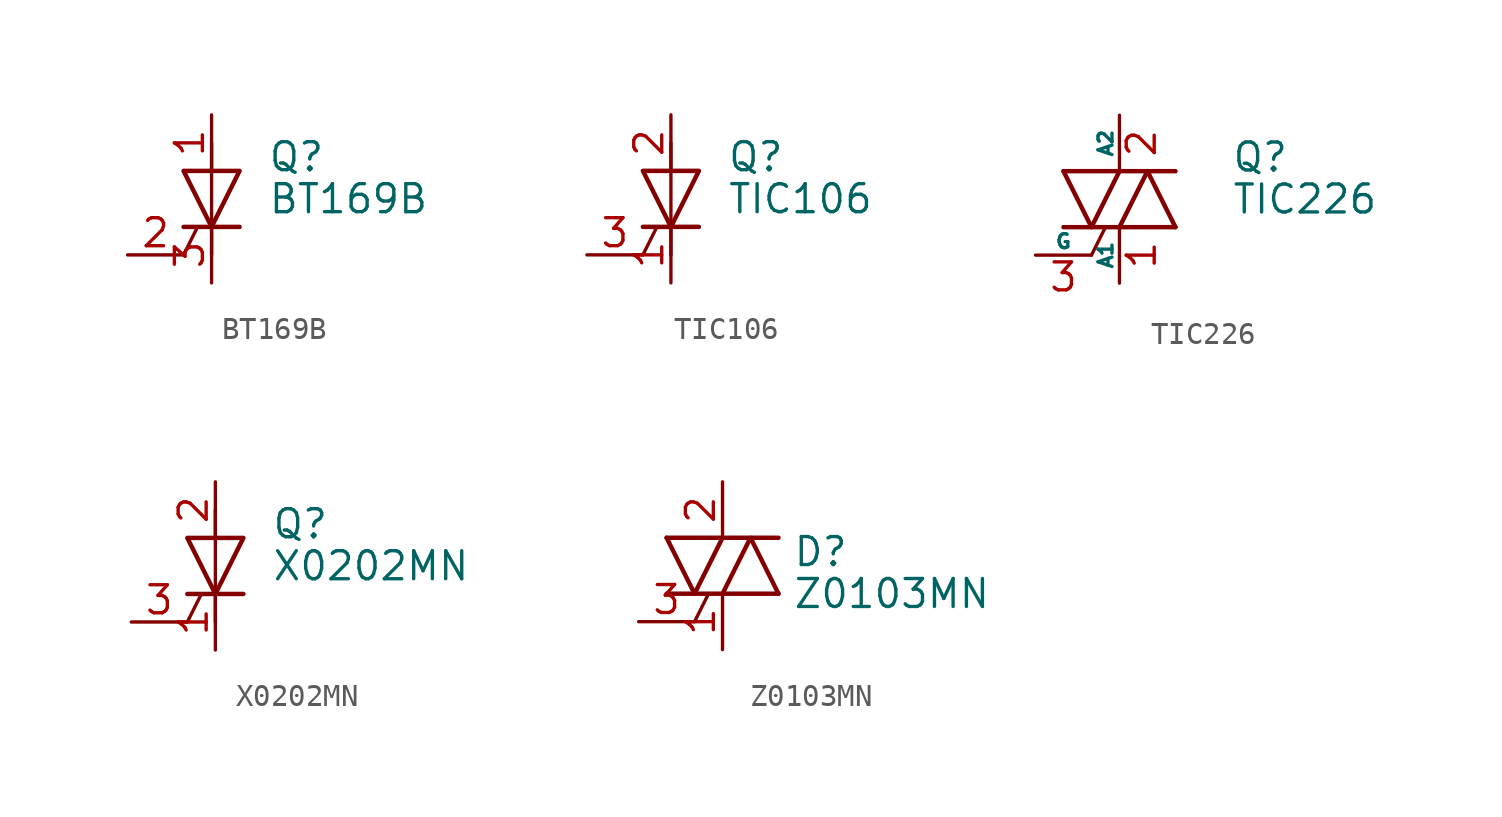
<source format=kicad_sym>
(kicad_symbol_lib
  (version 20201005)
  (generator kicad_symbol_editor)
  (symbol "Triac_Thyristor:BT169B"
    (pin_names
      (offset 0) hide)
    (property "Reference" "Q"
      (at 2.54 1.905 0)
      (effects (font (size 1.27 1.27)) (justify left)))
    (property "Value" "BT169B"
      (at 2.54 0 0)
      (effects (font (size 1.27 1.27)) (justify left)))
    (symbol "BT169B_0_1"
      (polyline (pts (xy -1.27 -2.54) (xy -0.635 -1.27)) (stroke (width 0)) (fill (type none)))
      (polyline (pts (xy -1.27 -1.27) (xy 1.27 -1.27)) (stroke (width 0.203)) (fill (type none)))
      (polyline (pts (xy 0 -2.54) (xy 0 2.54)) (stroke (width 0)) (fill (type none)))
      (polyline (pts (xy -1.27 1.27) (xy 1.27 1.27) (xy 0 -1.27) (xy -1.27 1.27)) (stroke (width 0.203)) (fill (type none))))
    (symbol "BT169B_1_1"
      (pin passive line (at 0 3.81 270) (length 2.54) (name "A" (effects (font (size 1.27 1.27)))) (number "1" (effects (font (size 1.27 1.27)))))
      (pin input line (at -3.81 -2.54 0) (length 2.54) (name "G" (effects (font (size 1.27 1.27)))) (number "2" (effects (font (size 1.27 1.27)))))
      (pin passive line (at 0 -3.81 90) (length 2.54) (name "K" (effects (font (size 1.27 1.27)))) (number "3" (effects (font (size 1.27 1.27)))))))
  (symbol "Triac_Thyristor:TIC106"
    (pin_names
      (offset 0) hide)
    (property "Reference" "Q"
      (at 2.54 1.905 0)
      (effects (font (size 1.27 1.27)) (justify left)))
    (property "Value" "TIC106"
      (at 2.54 0 0)
      (effects (font (size 1.27 1.27)) (justify left)))
    (symbol "TIC106_0_1"
      (polyline (pts (xy -1.27 -2.54) (xy -0.635 -1.27)) (stroke (width 0)) (fill (type none)))
      (polyline (pts (xy -1.27 -1.27) (xy 1.27 -1.27)) (stroke (width 0.203)) (fill (type none)))
      (polyline (pts (xy 0 -2.54) (xy 0 2.54)) (stroke (width 0)) (fill (type none)))
      (polyline (pts (xy -1.27 1.27) (xy 1.27 1.27) (xy 0 -1.27) (xy -1.27 1.27)) (stroke (width 0.203)) (fill (type none))))
    (symbol "TIC106_1_1"
      (pin passive line (at 0 -3.81 90) (length 2.54) (name "K" (effects (font (size 1.27 1.27)))) (number "1" (effects (font (size 1.27 1.27)))))
      (pin passive line (at 0 3.81 270) (length 2.54) (name "A" (effects (font (size 1.27 1.27)))) (number "2" (effects (font (size 1.27 1.27)))))
      (pin input line (at -3.81 -2.54 0) (length 2.54) (name "G" (effects (font (size 1.27 1.27)))) (number "3" (effects (font (size 1.27 1.27)))))))
  (symbol "Triac_Thyristor:TIC226"
    (pin_names
      (offset 0))
    (property "Reference" "Q"
      (at 5.08 1.905 0)
      (effects (font (size 1.27 1.27)) (justify left)))
    (property "Value" "TIC226"
      (at 5.08 0 0)
      (effects (font (size 1.27 1.27)) (justify left)))
    (symbol "TIC226_0_1"
      (polyline (pts (xy -2.54 -1.27) (xy 2.54 -1.27)) (stroke (width 0.203)) (fill (type none)))
      (polyline (pts (xy -2.54 1.27) (xy 2.54 1.27)) (stroke (width 0.203)) (fill (type none)))
      (polyline (pts (xy -1.27 -2.54) (xy -0.635 -1.27)) (stroke (width 0)) (fill (type none)))
      (polyline (pts (xy -2.54 1.27) (xy -1.27 -1.27) (xy 0 1.27)) (stroke (width 0.203)) (fill (type none)))
      (polyline (pts (xy 0 -1.27) (xy 1.27 1.27) (xy 2.54 -1.27)) (stroke (width 0.203)) (fill (type none))))
    (symbol "TIC226_1_1"
      (pin passive line (at 0 -3.81 90) (length 2.54) (name "A1" (effects (font (size 0.635 0.635)))) (number "1" (effects (font (size 1.27 1.27)))))
      (pin passive line (at 0 3.81 270) (length 2.54) (name "A2" (effects (font (size 0.635 0.635)))) (number "2" (effects (font (size 1.27 1.27)))))
      (pin input line (at -3.81 -2.54 0) (length 2.54) (name "G" (effects (font (size 0.635 0.635)))) (number "3" (effects (font (size 1.27 1.27)))))))
  (symbol "Triac_Thyristor:X0202MN"
    (pin_names
      (offset 0) hide)
    (property "Reference" "Q"
      (at 2.54 1.905 0)
      (effects (font (size 1.27 1.27)) (justify left)))
    (property "Value" "X0202MN"
      (at 2.54 0 0)
      (effects (font (size 1.27 1.27)) (justify left)))
    (symbol "X0202MN_0_1"
      (polyline (pts (xy -1.27 -2.54) (xy -0.635 -1.27)) (stroke (width 0)) (fill (type none)))
      (polyline (pts (xy -1.27 -1.27) (xy 1.27 -1.27)) (stroke (width 0.203)) (fill (type none)))
      (polyline (pts (xy 0 -2.54) (xy 0 2.54)) (stroke (width 0)) (fill (type none)))
      (polyline (pts (xy -1.27 1.27) (xy 1.27 1.27) (xy 0 -1.27) (xy -1.27 1.27)) (stroke (width 0.203)) (fill (type none))))
    (symbol "X0202MN_1_1"
      (pin passive line (at 0 -3.81 90) (length 2.54) (name "K" (effects (font (size 1.27 1.27)))) (number "1" (effects (font (size 1.27 1.27)))))
      (pin passive line (at 0 3.81 270) (length 2.54) (name "A" (effects (font (size 1.27 1.27)))) (number "2" (effects (font (size 1.27 1.27)))))
      (pin input line (at -3.81 -2.54 0) (length 2.54) (name "G" (effects (font (size 1.27 1.27)))) (number "3" (effects (font (size 1.27 1.27)))))
      (pin passive line (at 0 3.81 270) (length 2.54) hide (name "A" (effects (font (size 1.27 1.27)))) (number "4" (effects (font (size 1.27 1.27)))))))
  (symbol "Triac_Thyristor:Z0103MN"
    (pin_names
      (offset 0) hide)
    (property "Reference" "D"
      (at 3.175 0.635 0)
      (effects (font (size 1.27 1.27)) (justify left)))
    (property "Value" "Z0103MN"
      (at 3.175 -1.27 0)
      (effects (font (size 1.27 1.27)) (justify left)))
    (symbol "Z0103MN_0_1"
      (polyline (pts (xy -2.54 -1.27) (xy 2.54 -1.27)) (stroke (width 0.203)) (fill (type none)))
      (polyline (pts (xy -2.54 1.27) (xy 2.54 1.27)) (stroke (width 0.203)) (fill (type none)))
      (polyline (pts (xy -1.27 -2.54) (xy -0.635 -1.27)) (stroke (width 0)) (fill (type none)))
      (polyline (pts (xy -2.54 1.27) (xy -1.27 -1.27) (xy 0 1.27)) (stroke (width 0.203)) (fill (type none)))
      (polyline (pts (xy 0 -1.27) (xy 1.27 1.27) (xy 2.54 -1.27)) (stroke (width 0.203)) (fill (type none))))
    (symbol "Z0103MN_1_1"
      (pin passive line (at 0 -3.81 90) (length 2.54) (name "A1" (effects (font (size 1.27 1.27)))) (number "1" (effects (font (size 1.27 1.27)))))
      (pin passive line (at 0 3.81 270) (length 2.54) (name "A2" (effects (font (size 1.27 1.27)))) (number "2" (effects (font (size 1.27 1.27)))))
      (pin input line (at -3.81 -2.54 0) (length 2.54) (name "G" (effects (font (size 1.27 1.27)))) (number "3" (effects (font (size 1.27 1.27)))))
      (pin passive line (at 0 3.81 270) (length 2.54) hide (name "A4" (effects (font (size 1.27 1.27)))) (number "4" (effects (font (size 1.27 1.27))))))))
</source>
